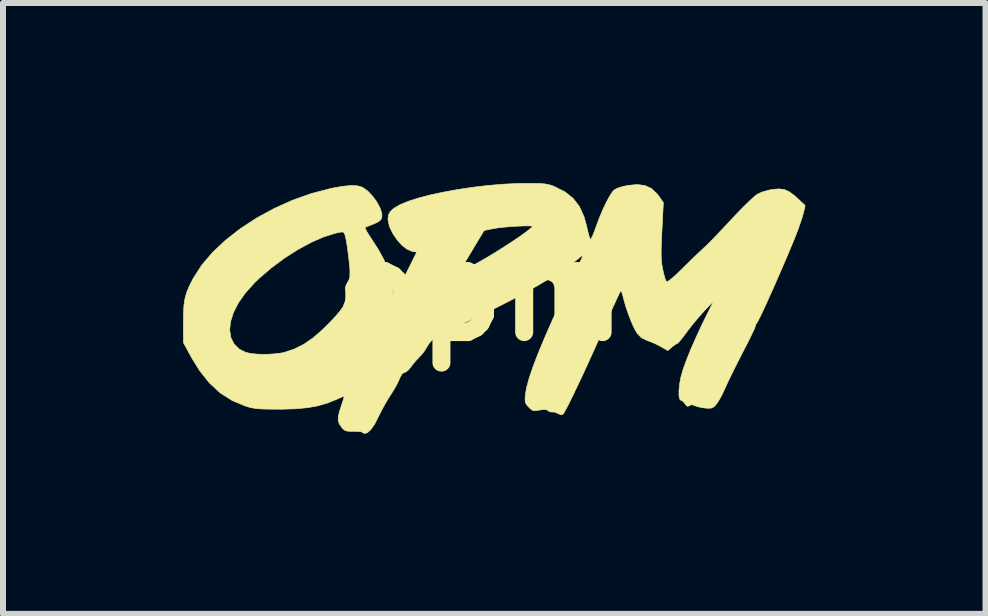
<source format=kicad_pcb>
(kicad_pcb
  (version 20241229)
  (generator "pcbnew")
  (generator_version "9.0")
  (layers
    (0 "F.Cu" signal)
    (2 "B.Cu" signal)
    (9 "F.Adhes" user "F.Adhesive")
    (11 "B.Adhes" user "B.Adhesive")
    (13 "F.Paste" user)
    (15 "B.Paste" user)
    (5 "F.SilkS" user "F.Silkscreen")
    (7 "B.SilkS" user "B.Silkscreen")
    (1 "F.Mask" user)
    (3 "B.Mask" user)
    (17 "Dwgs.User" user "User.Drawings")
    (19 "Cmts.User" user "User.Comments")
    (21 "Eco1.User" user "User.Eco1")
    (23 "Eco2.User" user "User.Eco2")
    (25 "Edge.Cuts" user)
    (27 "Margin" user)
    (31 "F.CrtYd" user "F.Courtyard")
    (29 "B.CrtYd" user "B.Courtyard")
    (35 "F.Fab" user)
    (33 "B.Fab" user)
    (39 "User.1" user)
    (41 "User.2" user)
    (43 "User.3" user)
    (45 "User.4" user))
  (footprint "opm"
    (layer "F.Cu")
    (at 4.957 1.793)
    (property "Reference" "opm" (at 0 0 0) (layer "F.SilkS") (effects (font (size 1.524 1.524) (thickness 0.3))))
    (attr through_hole)
    (fp_poly (pts (xy 0.89 -1.788) (xy 0.993 -1.785) (xy 1.07 -1.779) (xy 1.131 -1.768) (xy 1.186 -1.752) (xy 1.227 -1.736) (xy 1.403 -1.648) (xy 1.541 -1.538) (xy 1.647 -1.4) (xy 1.723 -1.23) (xy 1.758 -1.104) (xy 1.781 -1.007) (xy 1.802 -0.926) (xy 1.818 -0.872) (xy 1.823 -0.858) (xy 1.838 -0.863) (xy 1.863 -0.909) (xy 1.896 -0.991) (xy 1.915 -1.043) (xy 1.971 -1.196) (xy 2.032 -1.342) (xy 2.093 -1.471) (xy 2.15 -1.577) (xy 2.199 -1.652) (xy 2.227 -1.68) (xy 2.278 -1.707) (xy 2.358 -1.733) (xy 2.45 -1.753) (xy 2.452 -1.754) (xy 2.61 -1.769) (xy 2.739 -1.752) (xy 2.846 -1.702) (xy 2.939 -1.614) (xy 2.984 -1.555) (xy 3.044 -1.466) (xy 3.02 -1.001) (xy 3.012 -0.833) (xy 3.008 -0.703) (xy 3.007 -0.601) (xy 3.01 -0.519) (xy 3.017 -0.448) (xy 3.029 -0.379) (xy 3.033 -0.356) (xy 3.053 -0.269) (xy 3.074 -0.198) (xy 3.091 -0.156) (xy 3.094 -0.153) (xy 3.117 -0.155) (xy 3.164 -0.187) (xy 3.236 -0.249) (xy 3.336 -0.344) (xy 3.378 -0.385) (xy 3.475 -0.481) (xy 3.569 -0.572) (xy 3.651 -0.65) (xy 3.712 -0.707) (xy 3.73 -0.724) (xy 3.774 -0.765) (xy 3.843 -0.834) (xy 3.93 -0.924) (xy 4.03 -1.03) (xy 4.137 -1.143) (xy 4.169 -1.178) (xy 4.276 -1.292) (xy 4.379 -1.397) (xy 4.471 -1.487) (xy 4.547 -1.558) (xy 4.6 -1.601) (xy 4.611 -1.609) (xy 4.693 -1.645) (xy 4.797 -1.675) (xy 4.86 -1.687) (xy 4.969 -1.696) (xy 5.058 -1.686) (xy 5.139 -1.65) (xy 5.227 -1.585) (xy 5.286 -1.532) (xy 5.406 -1.419) (xy 5.38 -1.305) (xy 5.361 -1.236) (xy 5.329 -1.138) (xy 5.29 -1.027) (xy 5.26 -0.948) (xy 5.218 -0.842) (xy 5.164 -0.712) (xy 5.102 -0.565) (xy 5.034 -0.407) (xy 4.963 -0.243) (xy 4.892 -0.081) (xy 4.823 0.073) (xy 4.76 0.214) (xy 4.704 0.335) (xy 4.659 0.429) (xy 4.627 0.492) (xy 4.616 0.512) (xy 4.585 0.563) (xy 4.572 0.601) (xy 4.572 0.602) (xy 4.562 0.631) (xy 4.533 0.693) (xy 4.49 0.783) (xy 4.434 0.894) (xy 4.37 1.018) (xy 4.362 1.034) (xy 4.291 1.173) (xy 4.221 1.312) (xy 4.157 1.441) (xy 4.106 1.549) (xy 4.074 1.619) (xy 4.03 1.715) (xy 3.982 1.806) (xy 3.939 1.873) (xy 3.932 1.883) (xy 3.89 1.931) (xy 3.851 1.954) (xy 3.797 1.958) (xy 3.752 1.956) (xy 3.67 1.945) (xy 3.597 1.926) (xy 3.574 1.917) (xy 3.521 1.899) (xy 3.484 1.909) (xy 3.477 1.915) (xy 3.449 1.927) (xy 3.421 1.906) (xy 3.405 1.883) (xy 3.368 1.841) (xy 3.334 1.824) (xy 3.314 1.803) (xy 3.304 1.746) (xy 3.304 1.662) (xy 3.314 1.561) (xy 3.334 1.45) (xy 3.337 1.436) (xy 3.373 1.311) (xy 3.43 1.153) (xy 3.504 0.969) (xy 3.594 0.766) (xy 3.695 0.549) (xy 3.728 0.482) (xy 3.881 0.173) (xy 3.727 0.334) (xy 3.641 0.431) (xy 3.545 0.545) (xy 3.458 0.656) (xy 3.435 0.687) (xy 3.376 0.766) (xy 3.325 0.83) (xy 3.29 0.869) (xy 3.278 0.877) (xy 3.25 0.891) (xy 3.203 0.925) (xy 3.189 0.937) (xy 3.118 0.997) (xy 2.996 0.928) (xy 2.909 0.883) (xy 2.819 0.845) (xy 2.773 0.829) (xy 2.679 0.784) (xy 2.608 0.71) (xy 2.564 0.635) (xy 2.515 0.528) (xy 2.465 0.401) (xy 2.419 0.267) (xy 2.383 0.137) (xy 2.379 0.121) (xy 2.361 0.054) (xy 2.344 0.011) (xy 2.336 0.001) (xy 2.323 0.021) (xy 2.294 0.079) (xy 2.253 0.168) (xy 2.2 0.284) (xy 2.139 0.421) (xy 2.072 0.574) (xy 2.058 0.607) (xy 1.968 0.811) (xy 1.877 1.015) (xy 1.787 1.213) (xy 1.701 1.401) (xy 1.619 1.574) (xy 1.545 1.728) (xy 1.481 1.859) (xy 1.429 1.961) (xy 1.39 2.031) (xy 1.368 2.063) (xy 1.366 2.064) (xy 1.33 2.064) (xy 1.285 2.044) (xy 1.234 2.022) (xy 1.195 2.021) (xy 1.152 2.018) (xy 1.127 2.001) (xy 1.094 1.981) (xy 1.044 1.979) (xy 0.981 1.988) (xy 0.912 1.999) (xy 0.868 1.994) (xy 0.83 1.968) (xy 0.801 1.939) (xy 0.762 1.896) (xy 0.744 1.856) (xy 0.74 1.803) (xy 0.745 1.735) (xy 0.766 1.611) (xy 0.811 1.449) (xy 0.878 1.251) (xy 0.968 1.019) (xy 1.079 0.754) (xy 1.21 0.457) (xy 1.362 0.132) (xy 1.468 -0.09) (xy 1.536 -0.229) (xy 1.596 -0.353) (xy 1.646 -0.458) (xy 1.683 -0.536) (xy 1.704 -0.583) (xy 1.709 -0.594) (xy 1.693 -0.585) (xy 1.651 -0.554) (xy 1.599 -0.512) (xy 1.481 -0.421) (xy 1.327 -0.317) (xy 1.145 -0.202) (xy 0.941 -0.081) (xy 0.723 0.042) (xy 0.497 0.162) (xy 0.271 0.277) (xy 0.191 0.316) (xy 0.047 0.384) (xy -0.117 0.463) (xy -0.283 0.542) (xy -0.43 0.612) (xy -0.433 0.613) (xy -0.576 0.683) (xy -0.683 0.739) (xy -0.761 0.787) (xy -0.818 0.832) (xy -0.859 0.879) (xy -0.892 0.932) (xy -0.902 0.95) (xy -0.949 1.023) (xy -1.009 1.092) (xy -1.017 1.1) (xy -1.075 1.161) (xy -1.137 1.236) (xy -1.157 1.264) (xy -1.206 1.323) (xy -1.252 1.357) (xy -1.269 1.362) (xy -1.305 1.38) (xy -1.339 1.437) (xy -1.354 1.472) (xy -1.388 1.547) (xy -1.439 1.639) (xy -1.496 1.73) (xy -1.498 1.732) (xy -1.555 1.823) (xy -1.62 1.937) (xy -1.681 2.054) (xy -1.7 2.094) (xy -1.768 2.226) (xy -1.83 2.315) (xy -1.886 2.365) (xy -1.933 2.378) (xy -1.961 2.367) (xy -1.963 2.36) (xy -1.984 2.351) (xy -2.039 2.345) (xy -2.111 2.343) (xy -2.193 2.342) (xy -2.245 2.334) (xy -2.28 2.314) (xy -2.315 2.275) (xy -2.319 2.27) (xy -2.356 2.216) (xy -2.373 2.162) (xy -2.371 2.097) (xy -2.351 2.01) (xy -2.322 1.921) (xy -2.296 1.842) (xy -2.279 1.783) (xy -2.273 1.756) (xy -2.273 1.755) (xy -2.296 1.764) (xy -2.349 1.787) (xy -2.404 1.812) (xy -2.557 1.873) (xy -2.715 1.918) (xy -2.887 1.949) (xy -3.084 1.967) (xy -3.315 1.974) (xy -3.348 1.974) (xy -3.501 1.973) (xy -3.618 1.971) (xy -3.708 1.966) (xy -3.779 1.957) (xy -3.843 1.944) (xy -3.908 1.925) (xy -3.914 1.923) (xy -4.136 1.831) (xy -4.337 1.703) (xy -4.519 1.536) (xy -4.684 1.328) (xy -4.814 1.117) (xy -4.951 0.866) (xy -4.952 0.655) (xy -4.181 0.655) (xy -4.161 0.781) (xy -4.107 0.889) (xy -4.018 0.975) (xy -3.91 1.028) (xy -3.825 1.047) (xy -3.71 1.058) (xy -3.578 1.06) (xy -3.445 1.053) (xy -3.325 1.039) (xy -3.269 1.027) (xy -3.102 0.971) (xy -2.945 0.892) (xy -2.788 0.784) (xy -2.624 0.64) (xy -2.572 0.589) (xy -2.482 0.498) (xy -2.402 0.409) (xy -2.337 0.332) (xy -2.297 0.275) (xy -2.291 0.266) (xy -2.24 0.133) (xy -2.201 -0.026) (xy -2.179 -0.191) (xy -2.177 -0.343) (xy -2.178 -0.355) (xy -2.191 -0.491) (xy -2.207 -0.626) (xy -2.224 -0.75) (xy -2.242 -0.852) (xy -2.258 -0.921) (xy -2.262 -0.934) (xy -2.276 -0.964) (xy -2.294 -0.978) (xy -2.33 -0.977) (xy -2.395 -0.963) (xy -2.423 -0.957) (xy -2.614 -0.897) (xy -2.824 -0.805) (xy -3.044 -0.686) (xy -3.265 -0.545) (xy -3.48 -0.386) (xy -3.68 -0.216) (xy -3.771 -0.128) (xy -3.919 0.037) (xy -4.035 0.201) (xy -4.117 0.361) (xy -4.166 0.514) (xy -4.181 0.655) (xy -4.952 0.655) (xy -4.952 0.531) (xy -4.95 0.366) (xy -4.942 0.234) (xy -4.924 0.123) (xy -4.894 0.021) (xy -4.85 -0.085) (xy -4.787 -0.207) (xy -4.786 -0.208) (xy -4.647 -0.425) (xy -4.467 -0.637) (xy -4.251 -0.84) (xy -4.004 -1.033) (xy -3.733 -1.21) (xy -3.441 -1.369) (xy -3.135 -1.507) (xy -2.82 -1.619) (xy -2.501 -1.702) (xy -2.471 -1.709) (xy -2.294 -1.74) (xy -2.155 -1.753) (xy -2.049 -1.747) (xy -1.971 -1.724) (xy -1.967 -1.722) (xy -1.885 -1.664) (xy -1.804 -1.58) (xy -1.732 -1.482) (xy -1.677 -1.382) (xy -1.647 -1.291) (xy -1.644 -1.242) (xy -1.651 -1.205) (xy -1.67 -1.175) (xy -1.708 -1.147) (xy -1.772 -1.116) (xy -1.869 -1.077) (xy -1.925 -1.056) (xy -1.921 -1.035) (xy -1.896 -0.985) (xy -1.852 -0.914) (xy -1.815 -0.858) (xy -1.7 -0.679) (xy -1.613 -0.519) (xy -1.549 -0.365) (xy -1.502 -0.203) (xy -1.471 -0.047) (xy -1.443 0.117) (xy -1.254 -0.262) (xy -1.221 -0.329) (xy -0.34 -0.329) (xy -0.339 -0.324) (xy -0.335 -0.323) (xy -0.309 -0.333) (xy -0.254 -0.358) (xy -0.182 -0.394) (xy -0.058 -0.46) (xy 0.083 -0.54) (xy 0.233 -0.63) (xy 0.383 -0.725) (xy 0.527 -0.818) (xy 0.657 -0.906) (xy 0.765 -0.984) (xy 0.843 -1.047) (xy 0.866 -1.068) (xy 0.855 -1.076) (xy 0.807 -1.08) (xy 0.73 -1.08) (xy 0.634 -1.076) (xy 0.526 -1.07) (xy 0.416 -1.061) (xy 0.313 -1.05) (xy 0.224 -1.037) (xy 0.196 -1.032) (xy 0.058 -1.004) (xy -0.104 -0.735) (xy -0.186 -0.597) (xy -0.248 -0.495) (xy -0.291 -0.421) (xy -0.319 -0.372) (xy -0.334 -0.343) (xy -0.34 -0.329) (xy -1.221 -0.329) (xy -1.065 -0.642) (xy -1.146 -0.657) (xy -1.229 -0.693) (xy -1.316 -0.762) (xy -1.398 -0.856) (xy -1.468 -0.962) (xy -1.519 -1.071) (xy -1.542 -1.172) (xy -1.543 -1.205) (xy -1.533 -1.268) (xy -1.507 -1.315) (xy -1.456 -1.363) (xy -1.437 -1.378) (xy -1.341 -1.434) (xy -1.205 -1.49) (xy -1.035 -1.544) (xy -0.837 -1.596) (xy -0.616 -1.643) (xy -0.379 -1.686) (xy -0.132 -1.723) (xy 0.119 -1.753) (xy 0.369 -1.774) (xy 0.611 -1.786) (xy 0.75 -1.788) (xy 0.89 -1.788)) (stroke (width 0.01) (type solid)) (fill yes) (layer "F.SilkS")))
  (gr_rect
    (start -3 -3)
    (end 13.368 7.177)
    (stroke (width 0.1) (type default))
    (fill no)
    (layer "Edge.Cuts")))
</source>
